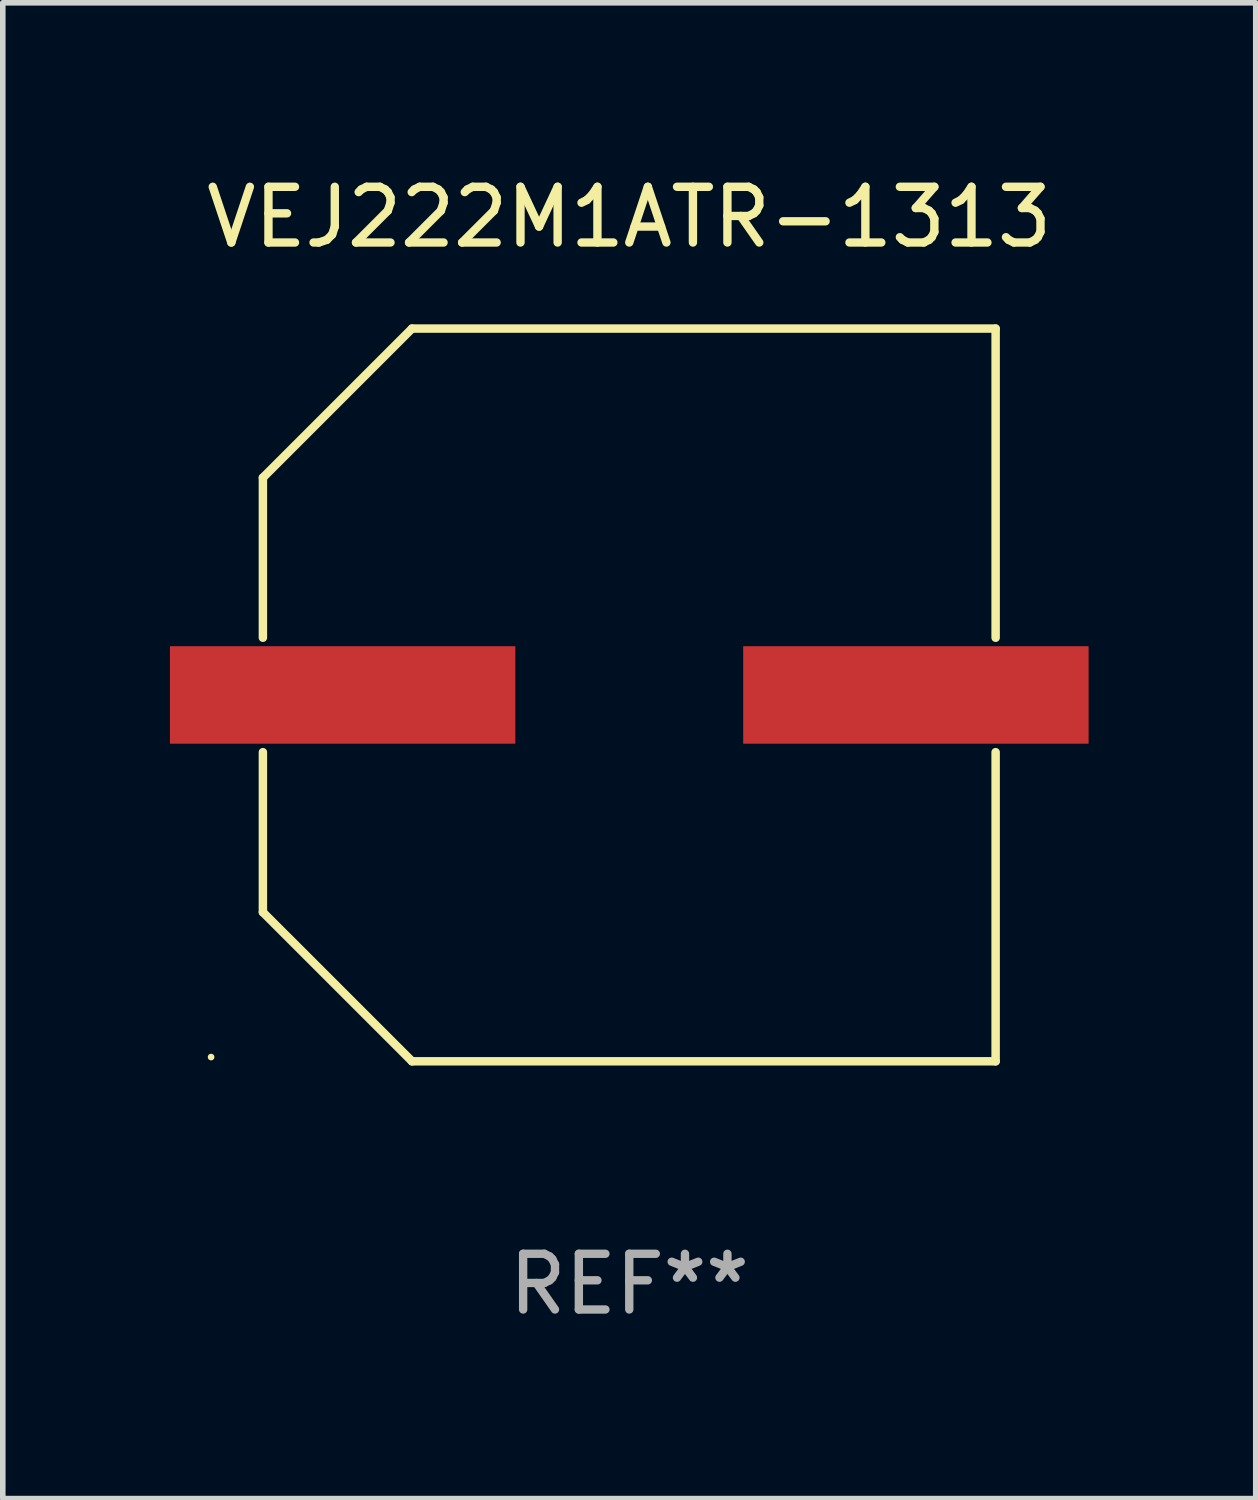
<source format=kicad_pcb>
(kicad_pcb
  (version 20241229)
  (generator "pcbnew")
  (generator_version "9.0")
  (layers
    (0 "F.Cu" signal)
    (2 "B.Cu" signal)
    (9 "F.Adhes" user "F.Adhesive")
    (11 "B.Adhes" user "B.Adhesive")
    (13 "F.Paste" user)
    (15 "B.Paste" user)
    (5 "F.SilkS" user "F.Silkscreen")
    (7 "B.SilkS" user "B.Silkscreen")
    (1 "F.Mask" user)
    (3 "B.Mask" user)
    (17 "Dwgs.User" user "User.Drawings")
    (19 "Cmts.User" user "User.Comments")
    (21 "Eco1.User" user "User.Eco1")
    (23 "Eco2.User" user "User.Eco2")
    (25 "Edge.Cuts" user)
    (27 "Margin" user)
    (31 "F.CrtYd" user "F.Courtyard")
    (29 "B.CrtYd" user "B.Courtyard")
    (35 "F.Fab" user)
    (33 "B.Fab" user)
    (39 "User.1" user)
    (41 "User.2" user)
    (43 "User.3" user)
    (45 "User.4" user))
  (footprint "VEJ222M1ATR-1313"
    (layer "F.Cu")
    (at 8.245 9.424)
    (property "Reference" "VEJ222M1ATR-1313" (at 0 -8.576 0) (layer "F.SilkS") (effects (font (size 1 1) (thickness 0.15))))
    (attr through_hole)
    (fp_line (start -6.576 -3.9) (end -6.576 -1.027) (stroke (width 0.152) (type solid)) (layer "F.SilkS"))
    (fp_line (start -6.576 3.9) (end -6.576 1.027) (stroke (width 0.152) (type solid)) (layer "F.SilkS"))
    (fp_line (start -3.9 -6.576) (end -6.576 -3.9) (stroke (width 0.152) (type solid)) (layer "F.SilkS"))
    (fp_line (start -3.9 6.576) (end -6.576 3.9) (stroke (width 0.152) (type solid)) (layer "F.SilkS"))
    (fp_line (start 6.576 -6.576) (end -3.9 -6.576) (stroke (width 0.152) (type solid)) (layer "F.SilkS"))
    (fp_line (start 6.576 -1.027) (end 6.576 -6.576) (stroke (width 0.152) (type solid)) (layer "F.SilkS"))
    (fp_line (start 6.576 1.027) (end 6.576 6.576) (stroke (width 0.152) (type solid)) (layer "F.SilkS"))
    (fp_line (start 6.576 6.576) (end -3.9 6.576) (stroke (width 0.152) (type solid)) (layer "F.SilkS"))
    (fp_circle (center -7.506 6.5) (end -7.476 6.5) (stroke (width 0.06) (type solid)) (fill no) (layer "F.SilkS"))
    (fp_text user "REF**" (at 0 10.576 0) (layer "F.Fab") (effects (font (size 1 1) (thickness 0.15))))
    (pad "1" smd rect (at -5.145 0) (size 6.2 1.75) (layers "F.Cu" "F.Mask" "F.Paste"))
    (pad "2" smd rect (at 5.145 0) (size 6.2 1.75) (layers "F.Cu" "F.Mask" "F.Paste")))
  (gr_rect
    (start -3 -3)
    (end 19.49 23.849)
    (stroke (width 0.1) (type default))
    (fill no)
    (layer "Edge.Cuts")))
</source>
